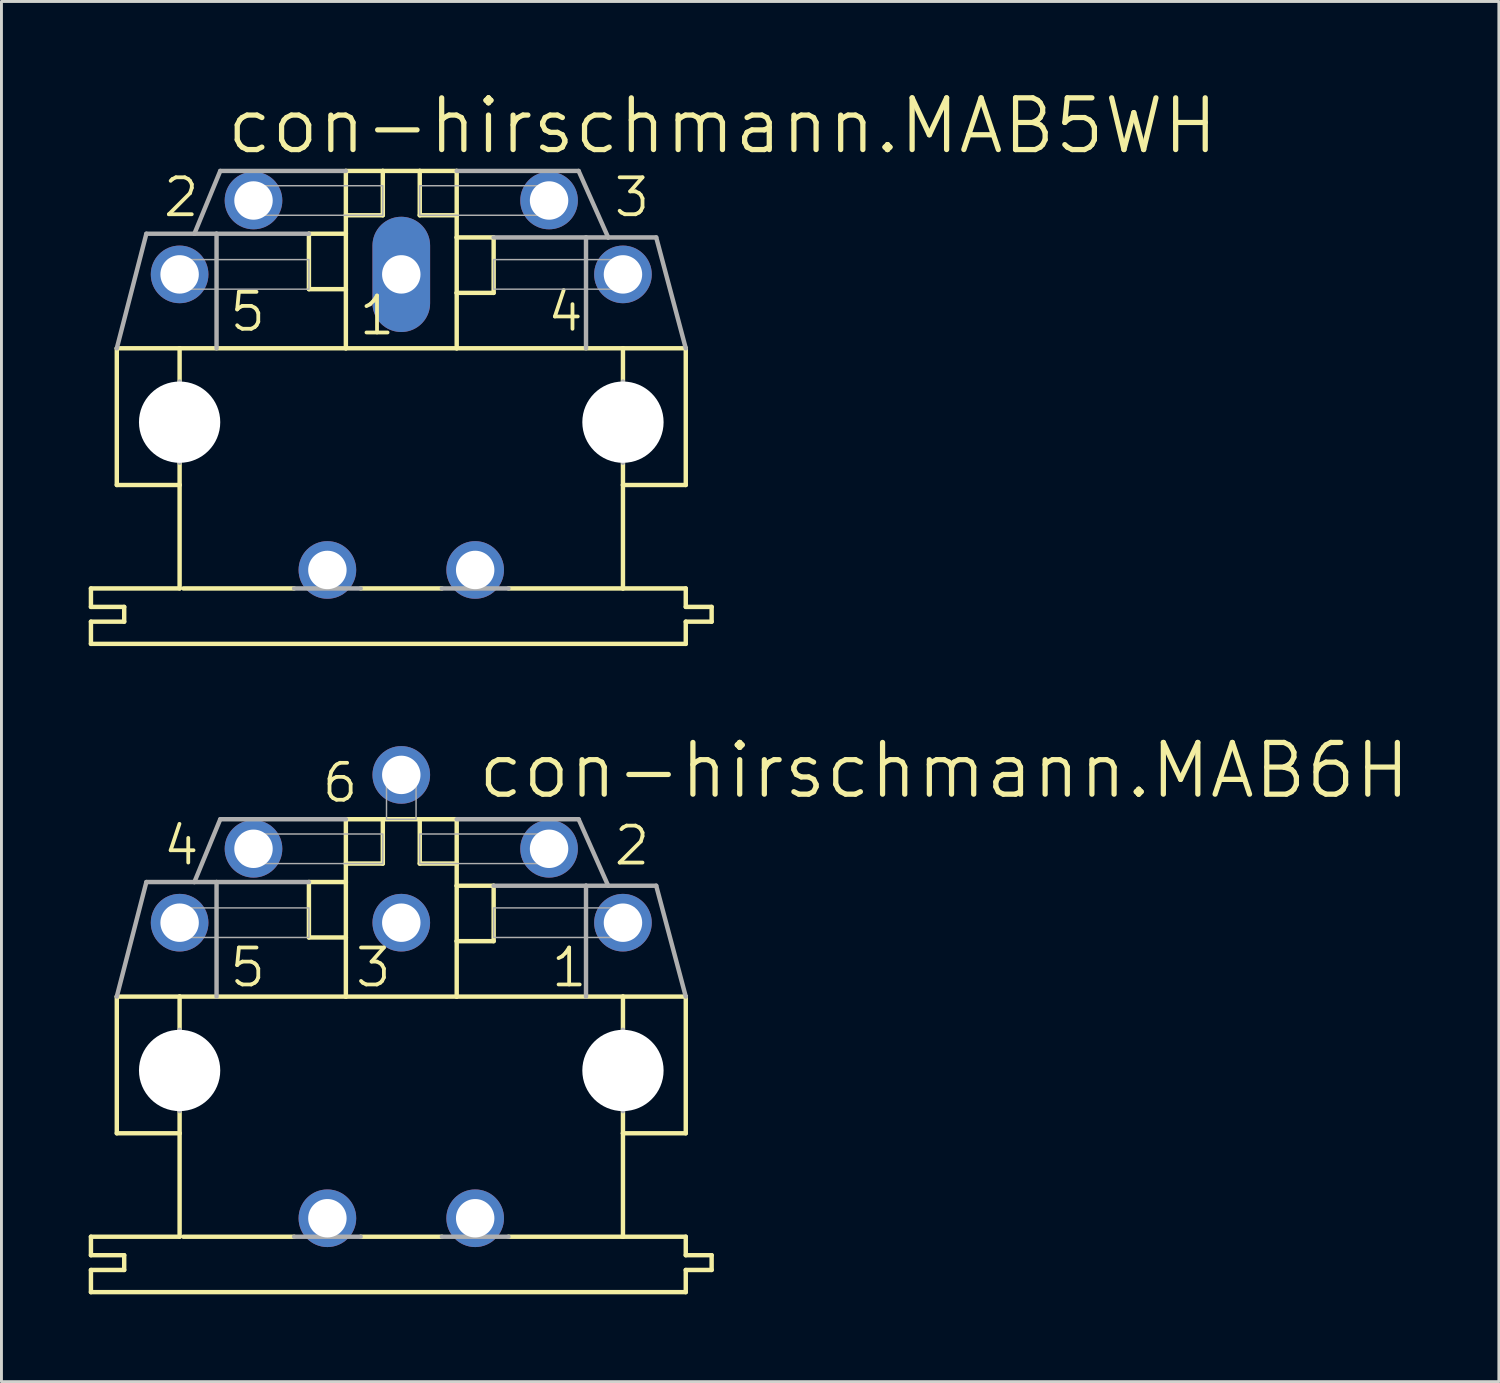
<source format=kicad_pcb>
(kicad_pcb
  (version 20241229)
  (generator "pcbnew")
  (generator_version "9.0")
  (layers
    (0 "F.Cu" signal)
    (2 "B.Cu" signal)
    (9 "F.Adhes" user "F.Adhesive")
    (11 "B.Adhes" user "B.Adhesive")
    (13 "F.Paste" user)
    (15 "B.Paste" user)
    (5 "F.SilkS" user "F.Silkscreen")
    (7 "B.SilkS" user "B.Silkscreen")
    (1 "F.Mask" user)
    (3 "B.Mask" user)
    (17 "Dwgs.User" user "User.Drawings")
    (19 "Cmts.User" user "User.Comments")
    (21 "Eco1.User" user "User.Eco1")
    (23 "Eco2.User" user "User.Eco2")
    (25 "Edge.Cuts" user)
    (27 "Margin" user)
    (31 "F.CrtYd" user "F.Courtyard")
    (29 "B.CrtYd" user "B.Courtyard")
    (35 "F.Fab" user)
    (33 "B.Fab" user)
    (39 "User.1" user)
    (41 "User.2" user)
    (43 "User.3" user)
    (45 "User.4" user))
  (footprint "con-hirschmann.MAB5WH"
    (layer "F.Cu")
    (at 10.744 11.462)
    (property "Reference" "con-hirschmann.MAB5WH" (at -6.096 -9.144 0) (layer "F.SilkS") (effects (font (size 1.778 1.778) (thickness 0.18)) (justify left bottom)))
    (attr through_hole)
    (fp_line (start -10.668 6.35) (end -10.668 5.715) (stroke (width 0.152) (type default)) (layer "F.SilkS"))
    (fp_line (start -10.668 6.35) (end -9.525 6.35) (stroke (width 0.152) (type default)) (layer "F.SilkS"))
    (fp_line (start -10.668 7.62) (end -10.668 6.858) (stroke (width 0.152) (type default)) (layer "F.SilkS"))
    (fp_line (start -10.668 7.62) (end 9.779 7.62) (stroke (width 0.152) (type default)) (layer "F.SilkS"))
    (fp_line (start -9.779 2.159) (end -9.779 -2.54) (stroke (width 0.152) (type default)) (layer "F.SilkS"))
    (fp_line (start -9.779 2.159) (end -7.62 2.159) (stroke (width 0.152) (type default)) (layer "F.SilkS"))
    (fp_line (start -9.525 6.858) (end -10.668 6.858) (stroke (width 0.152) (type default)) (layer "F.SilkS"))
    (fp_line (start -9.525 6.858) (end -9.525 6.35) (stroke (width 0.152) (type default)) (layer "F.SilkS"))
    (fp_line (start -7.62 -2.54) (end -9.779 -2.54) (stroke (width 0.152) (type default)) (layer "F.SilkS"))
    (fp_line (start -7.62 -2.54) (end -7.62 -1.397) (stroke (width 0.152) (type default)) (layer "F.SilkS"))
    (fp_line (start -7.62 2.159) (end -7.62 1.397) (stroke (width 0.152) (type default)) (layer "F.SilkS"))
    (fp_line (start -7.62 5.715) (end -10.668 5.715) (stroke (width 0.152) (type default)) (layer "F.SilkS"))
    (fp_line (start -7.62 5.715) (end -7.62 2.159) (stroke (width 0.152) (type default)) (layer "F.SilkS"))
    (fp_line (start -7.493 5.715) (end -3.683 5.715) (stroke (width 0.152) (type default)) (layer "F.SilkS"))
    (fp_line (start -3.175 -6.477) (end -3.175 -4.572) (stroke (width 0.152) (type default)) (layer "F.SilkS"))
    (fp_line (start -1.905 -8.636) (end -1.905 -7.112) (stroke (width 0.152) (type default)) (layer "F.SilkS"))
    (fp_line (start -1.905 -7.112) (end -1.905 -6.477) (stroke (width 0.152) (type default)) (layer "F.SilkS"))
    (fp_line (start -1.905 -7.112) (end -0.635 -7.112) (stroke (width 0.152) (type default)) (layer "F.SilkS"))
    (fp_line (start -1.905 -6.477) (end -3.175 -6.477) (stroke (width 0.152) (type default)) (layer "F.SilkS"))
    (fp_line (start -1.905 -6.477) (end -1.905 -4.572) (stroke (width 0.152) (type default)) (layer "F.SilkS"))
    (fp_line (start -1.905 -4.572) (end -3.175 -4.572) (stroke (width 0.152) (type default)) (layer "F.SilkS"))
    (fp_line (start -1.905 -4.572) (end -1.905 -2.54) (stroke (width 0.152) (type default)) (layer "F.SilkS"))
    (fp_line (start -1.905 -2.54) (end -7.62 -2.54) (stroke (width 0.152) (type default)) (layer "F.SilkS"))
    (fp_line (start -1.397 5.715) (end 1.397 5.715) (stroke (width 0.152) (type default)) (layer "F.SilkS"))
    (fp_line (start -0.635 -8.636) (end -1.905 -8.636) (stroke (width 0.152) (type default)) (layer "F.SilkS"))
    (fp_line (start -0.635 -8.636) (end -0.635 -7.112) (stroke (width 0.152) (type default)) (layer "F.SilkS"))
    (fp_line (start 0.635 -8.636) (end -0.635 -8.636) (stroke (width 0.152) (type default)) (layer "F.SilkS"))
    (fp_line (start 0.635 -8.636) (end 0.635 -7.112) (stroke (width 0.152) (type default)) (layer "F.SilkS"))
    (fp_line (start 1.905 -8.636) (end 0.635 -8.636) (stroke (width 0.152) (type default)) (layer "F.SilkS"))
    (fp_line (start 1.905 -8.636) (end 1.905 -7.112) (stroke (width 0.152) (type default)) (layer "F.SilkS"))
    (fp_line (start 1.905 -7.112) (end 0.635 -7.112) (stroke (width 0.152) (type default)) (layer "F.SilkS"))
    (fp_line (start 1.905 -7.112) (end 1.905 -6.35) (stroke (width 0.152) (type default)) (layer "F.SilkS"))
    (fp_line (start 1.905 -6.35) (end 1.905 -4.445) (stroke (width 0.152) (type default)) (layer "F.SilkS"))
    (fp_line (start 1.905 -4.445) (end 1.905 -2.54) (stroke (width 0.152) (type default)) (layer "F.SilkS"))
    (fp_line (start 1.905 -4.445) (end 3.175 -4.445) (stroke (width 0.152) (type default)) (layer "F.SilkS"))
    (fp_line (start 1.905 -2.54) (end -1.905 -2.54) (stroke (width 0.152) (type default)) (layer "F.SilkS"))
    (fp_line (start 3.175 -6.35) (end 1.905 -6.35) (stroke (width 0.152) (type default)) (layer "F.SilkS"))
    (fp_line (start 3.175 -6.35) (end 3.175 -4.445) (stroke (width 0.152) (type default)) (layer "F.SilkS"))
    (fp_line (start 3.683 5.715) (end 7.62 5.715) (stroke (width 0.152) (type default)) (layer "F.SilkS"))
    (fp_line (start 7.62 -2.54) (end 1.905 -2.54) (stroke (width 0.152) (type default)) (layer "F.SilkS"))
    (fp_line (start 7.62 -2.54) (end 7.62 -1.397) (stroke (width 0.152) (type default)) (layer "F.SilkS"))
    (fp_line (start 7.62 2.159) (end 7.62 1.397) (stroke (width 0.152) (type default)) (layer "F.SilkS"))
    (fp_line (start 7.62 5.715) (end 7.62 2.159) (stroke (width 0.152) (type default)) (layer "F.SilkS"))
    (fp_line (start 9.779 -2.54) (end 7.62 -2.54) (stroke (width 0.152) (type default)) (layer "F.SilkS"))
    (fp_line (start 9.779 2.159) (end 7.62 2.159) (stroke (width 0.152) (type default)) (layer "F.SilkS"))
    (fp_line (start 9.779 2.159) (end 9.779 -2.54) (stroke (width 0.152) (type default)) (layer "F.SilkS"))
    (fp_line (start 9.779 5.715) (end 7.62 5.715) (stroke (width 0.152) (type default)) (layer "F.SilkS"))
    (fp_line (start 9.779 5.715) (end 9.779 6.35) (stroke (width 0.152) (type default)) (layer "F.SilkS"))
    (fp_line (start 9.779 7.62) (end 9.779 6.858) (stroke (width 0.152) (type default)) (layer "F.SilkS"))
    (fp_line (start 10.668 6.35) (end 9.779 6.35) (stroke (width 0.152) (type default)) (layer "F.SilkS"))
    (fp_line (start 10.668 6.858) (end 9.779 6.858) (stroke (width 0.152) (type default)) (layer "F.SilkS"))
    (fp_line (start 10.668 6.858) (end 10.668 6.35) (stroke (width 0.152) (type default)) (layer "F.SilkS"))
    (fp_line (start -8.763 -6.477) (end -9.779 -2.54) (stroke (width 0.152) (type default)) (layer "F.Fab"))
    (fp_line (start -8.763 -6.477) (end -7.112 -6.477) (stroke (width 0.152) (type default)) (layer "F.Fab"))
    (fp_line (start -7.62 -1.397) (end -7.62 1.397) (stroke (width 0.152) (type default)) (layer "F.Fab"))
    (fp_line (start -7.112 -6.477) (end -6.223 -8.636) (stroke (width 0.152) (type default)) (layer "F.Fab"))
    (fp_line (start -6.35 -6.477) (end -7.112 -6.477) (stroke (width 0.152) (type default)) (layer "F.Fab"))
    (fp_line (start -6.35 -6.477) (end -6.35 -2.54) (stroke (width 0.152) (type default)) (layer "F.Fab"))
    (fp_line (start -3.175 -6.477) (end -6.35 -6.477) (stroke (width 0.152) (type default)) (layer "F.Fab"))
    (fp_line (start -1.905 -8.636) (end -6.223 -8.636) (stroke (width 0.152) (type default)) (layer "F.Fab"))
    (fp_line (start -1.397 5.715) (end -3.683 5.715) (stroke (width 0.152) (type default)) (layer "F.Fab"))
    (fp_line (start 3.683 5.715) (end 1.397 5.715) (stroke (width 0.152) (type default)) (layer "F.Fab"))
    (fp_line (start 6.096 -8.636) (end 1.905 -8.636) (stroke (width 0.152) (type default)) (layer "F.Fab"))
    (fp_line (start 6.096 -8.636) (end 7.112 -6.35) (stroke (width 0.152) (type default)) (layer "F.Fab"))
    (fp_line (start 6.35 -6.35) (end 3.175 -6.35) (stroke (width 0.152) (type default)) (layer "F.Fab"))
    (fp_line (start 6.35 -6.35) (end 6.35 -2.54) (stroke (width 0.152) (type default)) (layer "F.Fab"))
    (fp_line (start 7.112 -6.35) (end 6.35 -6.35) (stroke (width 0.152) (type default)) (layer "F.Fab"))
    (fp_line (start 7.62 -1.397) (end 7.62 1.397) (stroke (width 0.152) (type default)) (layer "F.Fab"))
    (fp_line (start 8.763 -6.35) (end 7.112 -6.35) (stroke (width 0.152) (type default)) (layer "F.Fab"))
    (fp_line (start 8.763 -6.35) (end 9.779 -2.54) (stroke (width 0.152) (type default)) (layer "F.Fab"))
    (fp_rect (start -8.001 -4.572) (end -3.175 -5.588) (stroke (width 0.05) (type default)) (fill no) (layer "F.Fab"))
    (fp_rect (start -5.461 -7.112) (end -0.635 -8.128) (stroke (width 0.05) (type default)) (fill no) (layer "F.Fab"))
    (fp_rect (start 0.635 -7.112) (end 5.461 -8.128) (stroke (width 0.05) (type default)) (fill no) (layer "F.Fab"))
    (fp_rect (start 3.175 -4.572) (end 8.001 -5.588) (stroke (width 0.05) (type default)) (fill no) (layer "F.Fab"))
    (fp_text user "4" (at 4.953 -3.048 0) (layer "F.SilkS") (effects (font (size 1.27 1.27) (thickness 0.13)) (justify left bottom)))
    (fp_text user "5" (at -5.969 -3.048 0) (layer "F.SilkS") (effects (font (size 1.27 1.27) (thickness 0.13)) (justify left bottom)))
    (fp_text user "2" (at -8.255 -6.985 0) (layer "F.SilkS") (effects (font (size 1.27 1.27) (thickness 0.13)) (justify left bottom)))
    (fp_text user "1" (at -1.524 -2.921 0) (layer "F.SilkS") (effects (font (size 1.27 1.27) (thickness 0.13)) (justify left bottom)))
    (fp_text user "3" (at 7.239 -6.985 0) (layer "F.SilkS") (effects (font (size 1.27 1.27) (thickness 0.13)) (justify left bottom)))
    (pad "" np_thru_hole circle (at -7.62 0) (size 2.794 2.794) (drill 2.794) (layers "*.Cu" "*.Mask"))
    (pad "" np_thru_hole circle (at 7.62 0) (size 2.794 2.794) (drill 2.794) (layers "*.Cu" "*.Mask"))
    (pad "1" thru_hole oval (at 0 -5.08 90) (size 3.962 1.981) (drill 1.321) (layers "*.Cu" "*.Mask"))
    (pad "2" thru_hole circle (at -5.08 -7.62) (size 1.981 1.981) (drill 1.321) (layers "*.Cu" "*.Mask"))
    (pad "3" thru_hole circle (at 5.08 -7.62) (size 1.981 1.981) (drill 1.321) (layers "*.Cu" "*.Mask"))
    (pad "4" thru_hole circle (at 7.62 -5.08) (size 1.981 1.981) (drill 1.321) (layers "*.Cu" "*.Mask"))
    (pad "5" thru_hole circle (at -7.62 -5.08) (size 1.981 1.981) (drill 1.321) (layers "*.Cu" "*.Mask"))
    (pad "PE" thru_hole circle (at -2.54 5.08) (size 1.981 1.981) (drill 1.321) (layers "*.Cu" "*.Mask"))
    (pad "PE@" thru_hole circle (at 2.54 5.08) (size 1.981 1.981) (drill 1.321) (layers "*.Cu" "*.Mask")))
  (footprint "con-hirschmann.MAB6H"
    (layer "F.Cu")
    (at 10.744 33.747)
    (property "Reference" "con-hirschmann.MAB6H" (at 2.54 -9.271 0) (layer "F.SilkS") (effects (font (size 1.778 1.778) (thickness 0.18)) (justify left bottom)))
    (attr through_hole)
    (fp_line (start -10.668 6.35) (end -10.668 5.715) (stroke (width 0.152) (type default)) (layer "F.SilkS"))
    (fp_line (start -10.668 6.35) (end -9.525 6.35) (stroke (width 0.152) (type default)) (layer "F.SilkS"))
    (fp_line (start -10.668 7.62) (end -10.668 6.858) (stroke (width 0.152) (type default)) (layer "F.SilkS"))
    (fp_line (start -10.668 7.62) (end 9.779 7.62) (stroke (width 0.152) (type default)) (layer "F.SilkS"))
    (fp_line (start -9.779 2.159) (end -9.779 -2.54) (stroke (width 0.152) (type default)) (layer "F.SilkS"))
    (fp_line (start -9.779 2.159) (end -7.62 2.159) (stroke (width 0.152) (type default)) (layer "F.SilkS"))
    (fp_line (start -9.525 6.858) (end -10.668 6.858) (stroke (width 0.152) (type default)) (layer "F.SilkS"))
    (fp_line (start -9.525 6.858) (end -9.525 6.35) (stroke (width 0.152) (type default)) (layer "F.SilkS"))
    (fp_line (start -7.62 -2.54) (end -9.779 -2.54) (stroke (width 0.152) (type default)) (layer "F.SilkS"))
    (fp_line (start -7.62 -2.54) (end -7.62 -1.397) (stroke (width 0.152) (type default)) (layer "F.SilkS"))
    (fp_line (start -7.62 2.159) (end -7.62 1.397) (stroke (width 0.152) (type default)) (layer "F.SilkS"))
    (fp_line (start -7.62 5.715) (end -10.668 5.715) (stroke (width 0.152) (type default)) (layer "F.SilkS"))
    (fp_line (start -7.62 5.715) (end -7.62 2.159) (stroke (width 0.152) (type default)) (layer "F.SilkS"))
    (fp_line (start -7.493 5.715) (end -3.683 5.715) (stroke (width 0.152) (type default)) (layer "F.SilkS"))
    (fp_line (start -3.175 -6.477) (end -3.175 -4.572) (stroke (width 0.152) (type default)) (layer "F.SilkS"))
    (fp_line (start -1.905 -8.636) (end -1.905 -7.112) (stroke (width 0.152) (type default)) (layer "F.SilkS"))
    (fp_line (start -1.905 -7.112) (end -1.905 -6.477) (stroke (width 0.152) (type default)) (layer "F.SilkS"))
    (fp_line (start -1.905 -7.112) (end -0.635 -7.112) (stroke (width 0.152) (type default)) (layer "F.SilkS"))
    (fp_line (start -1.905 -6.477) (end -3.175 -6.477) (stroke (width 0.152) (type default)) (layer "F.SilkS"))
    (fp_line (start -1.905 -6.477) (end -1.905 -4.572) (stroke (width 0.152) (type default)) (layer "F.SilkS"))
    (fp_line (start -1.905 -4.572) (end -3.175 -4.572) (stroke (width 0.152) (type default)) (layer "F.SilkS"))
    (fp_line (start -1.905 -4.572) (end -1.905 -2.54) (stroke (width 0.152) (type default)) (layer "F.SilkS"))
    (fp_line (start -1.905 -2.54) (end -7.62 -2.54) (stroke (width 0.152) (type default)) (layer "F.SilkS"))
    (fp_line (start -1.397 5.715) (end 1.397 5.715) (stroke (width 0.152) (type default)) (layer "F.SilkS"))
    (fp_line (start -0.635 -8.636) (end -1.905 -8.636) (stroke (width 0.152) (type default)) (layer "F.SilkS"))
    (fp_line (start -0.635 -8.636) (end -0.635 -7.112) (stroke (width 0.152) (type default)) (layer "F.SilkS"))
    (fp_line (start 0.635 -8.636) (end -0.635 -8.636) (stroke (width 0.152) (type default)) (layer "F.SilkS"))
    (fp_line (start 0.635 -8.636) (end 0.635 -7.112) (stroke (width 0.152) (type default)) (layer "F.SilkS"))
    (fp_line (start 1.905 -8.636) (end 0.635 -8.636) (stroke (width 0.152) (type default)) (layer "F.SilkS"))
    (fp_line (start 1.905 -8.636) (end 1.905 -7.112) (stroke (width 0.152) (type default)) (layer "F.SilkS"))
    (fp_line (start 1.905 -7.112) (end 0.635 -7.112) (stroke (width 0.152) (type default)) (layer "F.SilkS"))
    (fp_line (start 1.905 -7.112) (end 1.905 -6.35) (stroke (width 0.152) (type default)) (layer "F.SilkS"))
    (fp_line (start 1.905 -6.35) (end 1.905 -4.445) (stroke (width 0.152) (type default)) (layer "F.SilkS"))
    (fp_line (start 1.905 -4.445) (end 1.905 -2.54) (stroke (width 0.152) (type default)) (layer "F.SilkS"))
    (fp_line (start 1.905 -4.445) (end 3.175 -4.445) (stroke (width 0.152) (type default)) (layer "F.SilkS"))
    (fp_line (start 1.905 -2.54) (end -1.905 -2.54) (stroke (width 0.152) (type default)) (layer "F.SilkS"))
    (fp_line (start 3.175 -6.35) (end 1.905 -6.35) (stroke (width 0.152) (type default)) (layer "F.SilkS"))
    (fp_line (start 3.175 -6.35) (end 3.175 -4.445) (stroke (width 0.152) (type default)) (layer "F.SilkS"))
    (fp_line (start 3.683 5.715) (end 7.62 5.715) (stroke (width 0.152) (type default)) (layer "F.SilkS"))
    (fp_line (start 7.62 -2.54) (end 1.905 -2.54) (stroke (width 0.152) (type default)) (layer "F.SilkS"))
    (fp_line (start 7.62 -2.54) (end 7.62 -1.397) (stroke (width 0.152) (type default)) (layer "F.SilkS"))
    (fp_line (start 7.62 2.159) (end 7.62 1.397) (stroke (width 0.152) (type default)) (layer "F.SilkS"))
    (fp_line (start 7.62 5.715) (end 7.62 2.159) (stroke (width 0.152) (type default)) (layer "F.SilkS"))
    (fp_line (start 9.779 -2.54) (end 7.62 -2.54) (stroke (width 0.152) (type default)) (layer "F.SilkS"))
    (fp_line (start 9.779 2.159) (end 7.62 2.159) (stroke (width 0.152) (type default)) (layer "F.SilkS"))
    (fp_line (start 9.779 2.159) (end 9.779 -2.54) (stroke (width 0.152) (type default)) (layer "F.SilkS"))
    (fp_line (start 9.779 5.715) (end 7.62 5.715) (stroke (width 0.152) (type default)) (layer "F.SilkS"))
    (fp_line (start 9.779 5.715) (end 9.779 6.35) (stroke (width 0.152) (type default)) (layer "F.SilkS"))
    (fp_line (start 9.779 7.62) (end 9.779 6.858) (stroke (width 0.152) (type default)) (layer "F.SilkS"))
    (fp_line (start 10.668 6.35) (end 9.779 6.35) (stroke (width 0.152) (type default)) (layer "F.SilkS"))
    (fp_line (start 10.668 6.858) (end 9.779 6.858) (stroke (width 0.152) (type default)) (layer "F.SilkS"))
    (fp_line (start 10.668 6.858) (end 10.668 6.35) (stroke (width 0.152) (type default)) (layer "F.SilkS"))
    (fp_line (start -8.763 -6.477) (end -9.779 -2.54) (stroke (width 0.152) (type default)) (layer "F.Fab"))
    (fp_line (start -8.763 -6.477) (end -7.112 -6.477) (stroke (width 0.152) (type default)) (layer "F.Fab"))
    (fp_line (start -7.62 -1.397) (end -7.62 1.397) (stroke (width 0.152) (type default)) (layer "F.Fab"))
    (fp_line (start -7.112 -6.477) (end -6.223 -8.636) (stroke (width 0.152) (type default)) (layer "F.Fab"))
    (fp_line (start -6.35 -6.477) (end -7.112 -6.477) (stroke (width 0.152) (type default)) (layer "F.Fab"))
    (fp_line (start -6.35 -6.477) (end -6.35 -2.54) (stroke (width 0.152) (type default)) (layer "F.Fab"))
    (fp_line (start -3.175 -6.477) (end -6.35 -6.477) (stroke (width 0.152) (type default)) (layer "F.Fab"))
    (fp_line (start -1.905 -8.636) (end -6.223 -8.636) (stroke (width 0.152) (type default)) (layer "F.Fab"))
    (fp_line (start -1.397 5.715) (end -3.683 5.715) (stroke (width 0.152) (type default)) (layer "F.Fab"))
    (fp_line (start 3.683 5.715) (end 1.397 5.715) (stroke (width 0.152) (type default)) (layer "F.Fab"))
    (fp_line (start 6.096 -8.636) (end 1.905 -8.636) (stroke (width 0.152) (type default)) (layer "F.Fab"))
    (fp_line (start 6.096 -8.636) (end 7.112 -6.35) (stroke (width 0.152) (type default)) (layer "F.Fab"))
    (fp_line (start 6.35 -6.35) (end 3.175 -6.35) (stroke (width 0.152) (type default)) (layer "F.Fab"))
    (fp_line (start 6.35 -6.35) (end 6.35 -2.54) (stroke (width 0.152) (type default)) (layer "F.Fab"))
    (fp_line (start 7.112 -6.35) (end 6.35 -6.35) (stroke (width 0.152) (type default)) (layer "F.Fab"))
    (fp_line (start 7.62 -1.397) (end 7.62 1.397) (stroke (width 0.152) (type default)) (layer "F.Fab"))
    (fp_line (start 8.763 -6.35) (end 7.112 -6.35) (stroke (width 0.152) (type default)) (layer "F.Fab"))
    (fp_line (start 8.763 -6.35) (end 9.779 -2.54) (stroke (width 0.152) (type default)) (layer "F.Fab"))
    (fp_rect (start -8.001 -4.572) (end -3.175 -5.588) (stroke (width 0.05) (type default)) (fill no) (layer "F.Fab"))
    (fp_rect (start -5.461 -7.112) (end -0.635 -8.128) (stroke (width 0.05) (type default)) (fill no) (layer "F.Fab"))
    (fp_rect (start -0.508 -8.636) (end 0.508 -10.541) (stroke (width 0.05) (type default)) (fill no) (layer "F.Fab"))
    (fp_rect (start 0.635 -7.112) (end 5.461 -8.128) (stroke (width 0.05) (type default)) (fill no) (layer "F.Fab"))
    (fp_rect (start 3.175 -4.572) (end 8.001 -5.588) (stroke (width 0.05) (type default)) (fill no) (layer "F.Fab"))
    (fp_text user "1" (at 5.08 -2.794 0) (layer "F.SilkS") (effects (font (size 1.27 1.27) (thickness 0.13)) (justify left bottom)))
    (fp_text user "4" (at -8.255 -6.985 0) (layer "F.SilkS") (effects (font (size 1.27 1.27) (thickness 0.13)) (justify left bottom)))
    (fp_text user "2" (at 7.239 -6.985 0) (layer "F.SilkS") (effects (font (size 1.27 1.27) (thickness 0.13)) (justify left bottom)))
    (fp_text user "6" (at -2.794 -9.144 0) (layer "F.SilkS") (effects (font (size 1.27 1.27) (thickness 0.13)) (justify left bottom)))
    (fp_text user "3" (at -1.651 -2.794 0) (layer "F.SilkS") (effects (font (size 1.27 1.27) (thickness 0.13)) (justify left bottom)))
    (fp_text user "5" (at -5.969 -2.794 0) (layer "F.SilkS") (effects (font (size 1.27 1.27) (thickness 0.13)) (justify left bottom)))
    (pad "" np_thru_hole circle (at -7.62 0) (size 2.794 2.794) (drill 2.794) (layers "*.Cu" "*.Mask"))
    (pad "" np_thru_hole circle (at 7.62 0) (size 2.794 2.794) (drill 2.794) (layers "*.Cu" "*.Mask"))
    (pad "1" thru_hole circle (at 7.62 -5.08) (size 1.981 1.981) (drill 1.321) (layers "*.Cu" "*.Mask"))
    (pad "2" thru_hole circle (at 5.08 -7.62) (size 1.981 1.981) (drill 1.321) (layers "*.Cu" "*.Mask"))
    (pad "3" thru_hole circle (at 0 -5.08) (size 1.981 1.981) (drill 1.321) (layers "*.Cu" "*.Mask"))
    (pad "4" thru_hole circle (at -5.08 -7.62) (size 1.981 1.981) (drill 1.321) (layers "*.Cu" "*.Mask"))
    (pad "5" thru_hole circle (at -7.62 -5.08) (size 1.981 1.981) (drill 1.321) (layers "*.Cu" "*.Mask"))
    (pad "6" thru_hole circle (at 0 -10.16) (size 1.981 1.981) (drill 1.321) (layers "*.Cu" "*.Mask"))
    (pad "PE" thru_hole circle (at -2.54 5.08) (size 1.981 1.981) (drill 1.321) (layers "*.Cu" "*.Mask"))
    (pad "PE@" thru_hole circle (at 2.54 5.08) (size 1.981 1.981) (drill 1.321) (layers "*.Cu" "*.Mask")))
  (gr_rect
    (start -3 -3)
    (end 48.473 44.443)
    (stroke (width 0.1) (type default))
    (fill no)
    (layer "Edge.Cuts")))
</source>
